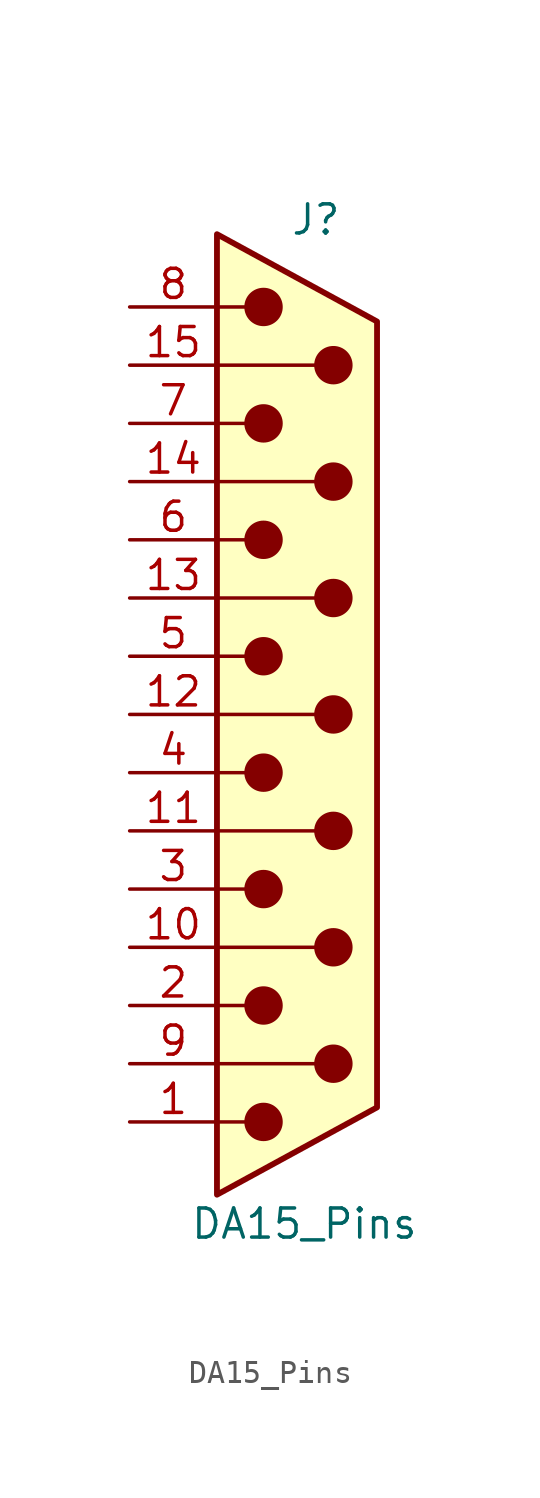
<source format=kicad_sym>
(kicad_symbol_lib
  (version 20241209)
  (generator "kicad_symbol_editor")
  (generator_version "9.0")
  (symbol "DA15_Pins"
    (pin_names
      (offset 1.016)
      (hide yes))
    (property "Reference" "J"
      (at 0.508 21.59 0)
      (effects (font (size 1.27 1.27))))
    (property "Value" "DA15_Pins"
      (at 0 -22.225 0)
      (effects (font (size 1.27 1.27))))
    (symbol "DA15_Pins_0_1"
      (polyline (pts (xy -3.81 17.78) (xy -2.54 17.78)) (stroke (width 0) (type default)) (fill (type none)))
      (polyline (pts (xy -3.81 15.24) (xy 0.508 15.24)) (stroke (width 0) (type default)) (fill (type none)))
      (polyline (pts (xy -3.81 12.7) (xy -2.54 12.7)) (stroke (width 0) (type default)) (fill (type none)))
      (polyline (pts (xy -3.81 10.16) (xy 0.508 10.16)) (stroke (width 0) (type default)) (fill (type none)))
      (polyline (pts (xy -3.81 7.62) (xy -2.54 7.62)) (stroke (width 0) (type default)) (fill (type none)))
      (polyline (pts (xy -3.81 5.08) (xy 0.508 5.08)) (stroke (width 0) (type default)) (fill (type none)))
      (polyline (pts (xy -3.81 2.54) (xy -2.54 2.54)) (stroke (width 0) (type default)) (fill (type none)))
      (polyline (pts (xy -3.81 0) (xy 0.508 0)) (stroke (width 0) (type default)) (fill (type none)))
      (polyline (pts (xy -3.81 -2.54) (xy -2.54 -2.54)) (stroke (width 0) (type default)) (fill (type none)))
      (polyline (pts (xy -3.81 -5.08) (xy 0.508 -5.08)) (stroke (width 0) (type default)) (fill (type none)))
      (polyline (pts (xy -3.81 -7.62) (xy -2.54 -7.62)) (stroke (width 0) (type default)) (fill (type none)))
      (polyline (pts (xy -3.81 -10.16) (xy 0.508 -10.16)) (stroke (width 0) (type default)) (fill (type none)))
      (polyline (pts (xy -3.81 -12.7) (xy -2.54 -12.7)) (stroke (width 0) (type default)) (fill (type none)))
      (polyline (pts (xy -3.81 -15.24) (xy 0.508 -15.24)) (stroke (width 0) (type default)) (fill (type none)))
      (polyline (pts (xy -3.81 -17.78) (xy -2.54 -17.78)) (stroke (width 0) (type default)) (fill (type none)))
      (polyline (pts (xy -3.81 -20.955) (xy 3.175 -17.145) (xy 3.175 17.145) (xy -3.81 20.955) (xy -3.81 -20.955)) (stroke (width 0.254) (type default)) (fill (type background)))
      (circle (center -1.778 17.78) (radius 0.762) (stroke (width 0) (type default)) (fill (type outline)))
      (circle (center -1.778 12.7) (radius 0.762) (stroke (width 0) (type default)) (fill (type outline)))
      (circle (center -1.778 7.62) (radius 0.762) (stroke (width 0) (type default)) (fill (type outline)))
      (circle (center -1.778 2.54) (radius 0.762) (stroke (width 0) (type default)) (fill (type outline)))
      (circle (center -1.778 -2.54) (radius 0.762) (stroke (width 0) (type default)) (fill (type outline)))
      (circle (center -1.778 -7.62) (radius 0.762) (stroke (width 0) (type default)) (fill (type outline)))
      (circle (center -1.778 -12.7) (radius 0.762) (stroke (width 0) (type default)) (fill (type outline)))
      (circle (center -1.778 -17.78) (radius 0.762) (stroke (width 0) (type default)) (fill (type outline)))
      (circle (center 1.27 15.24) (radius 0.762) (stroke (width 0) (type default)) (fill (type outline)))
      (circle (center 1.27 10.16) (radius 0.762) (stroke (width 0) (type default)) (fill (type outline)))
      (circle (center 1.27 5.08) (radius 0.762) (stroke (width 0) (type default)) (fill (type outline)))
      (circle (center 1.27 0) (radius 0.762) (stroke (width 0) (type default)) (fill (type outline)))
      (circle (center 1.27 -5.08) (radius 0.762) (stroke (width 0) (type default)) (fill (type outline)))
      (circle (center 1.27 -10.16) (radius 0.762) (stroke (width 0) (type default)) (fill (type outline)))
      (circle (center 1.27 -15.24) (radius 0.762) (stroke (width 0) (type default)) (fill (type outline))))
    (symbol "DA15_Pins_1_1"
      (pin passive line (at -7.62 17.78 0) (length 3.81) (name "8" (effects (font (size 1.27 1.27)))) (number "8" (effects (font (size 1.27 1.27)))))
      (pin passive line (at -7.62 15.24 0) (length 3.81) (name "P15" (effects (font (size 1.27 1.27)))) (number "15" (effects (font (size 1.27 1.27)))))
      (pin passive line (at -7.62 12.7 0) (length 3.81) (name "7" (effects (font (size 1.27 1.27)))) (number "7" (effects (font (size 1.27 1.27)))))
      (pin passive line (at -7.62 10.16 0) (length 3.81) (name "P14" (effects (font (size 1.27 1.27)))) (number "14" (effects (font (size 1.27 1.27)))))
      (pin passive line (at -7.62 7.62 0) (length 3.81) (name "6" (effects (font (size 1.27 1.27)))) (number "6" (effects (font (size 1.27 1.27)))))
      (pin passive line (at -7.62 5.08 0) (length 3.81) (name "P13" (effects (font (size 1.27 1.27)))) (number "13" (effects (font (size 1.27 1.27)))))
      (pin passive line (at -7.62 2.54 0) (length 3.81) (name "5" (effects (font (size 1.27 1.27)))) (number "5" (effects (font (size 1.27 1.27)))))
      (pin passive line (at -7.62 0 0) (length 3.81) (name "P12" (effects (font (size 1.27 1.27)))) (number "12" (effects (font (size 1.27 1.27)))))
      (pin passive line (at -7.62 -2.54 0) (length 3.81) (name "4" (effects (font (size 1.27 1.27)))) (number "4" (effects (font (size 1.27 1.27)))))
      (pin passive line (at -7.62 -5.08 0) (length 3.81) (name "P111" (effects (font (size 1.27 1.27)))) (number "11" (effects (font (size 1.27 1.27)))))
      (pin passive line (at -7.62 -7.62 0) (length 3.81) (name "3" (effects (font (size 1.27 1.27)))) (number "3" (effects (font (size 1.27 1.27)))))
      (pin passive line (at -7.62 -10.16 0) (length 3.81) (name "P10" (effects (font (size 1.27 1.27)))) (number "10" (effects (font (size 1.27 1.27)))))
      (pin passive line (at -7.62 -12.7 0) (length 3.81) (name "2" (effects (font (size 1.27 1.27)))) (number "2" (effects (font (size 1.27 1.27)))))
      (pin passive line (at -7.62 -15.24 0) (length 3.81) (name "P9" (effects (font (size 1.27 1.27)))) (number "9" (effects (font (size 1.27 1.27)))))
      (pin passive line (at -7.62 -17.78 0) (length 3.81) (name "1" (effects (font (size 1.27 1.27)))) (number "1" (effects (font (size 1.27 1.27))))))))
</source>
